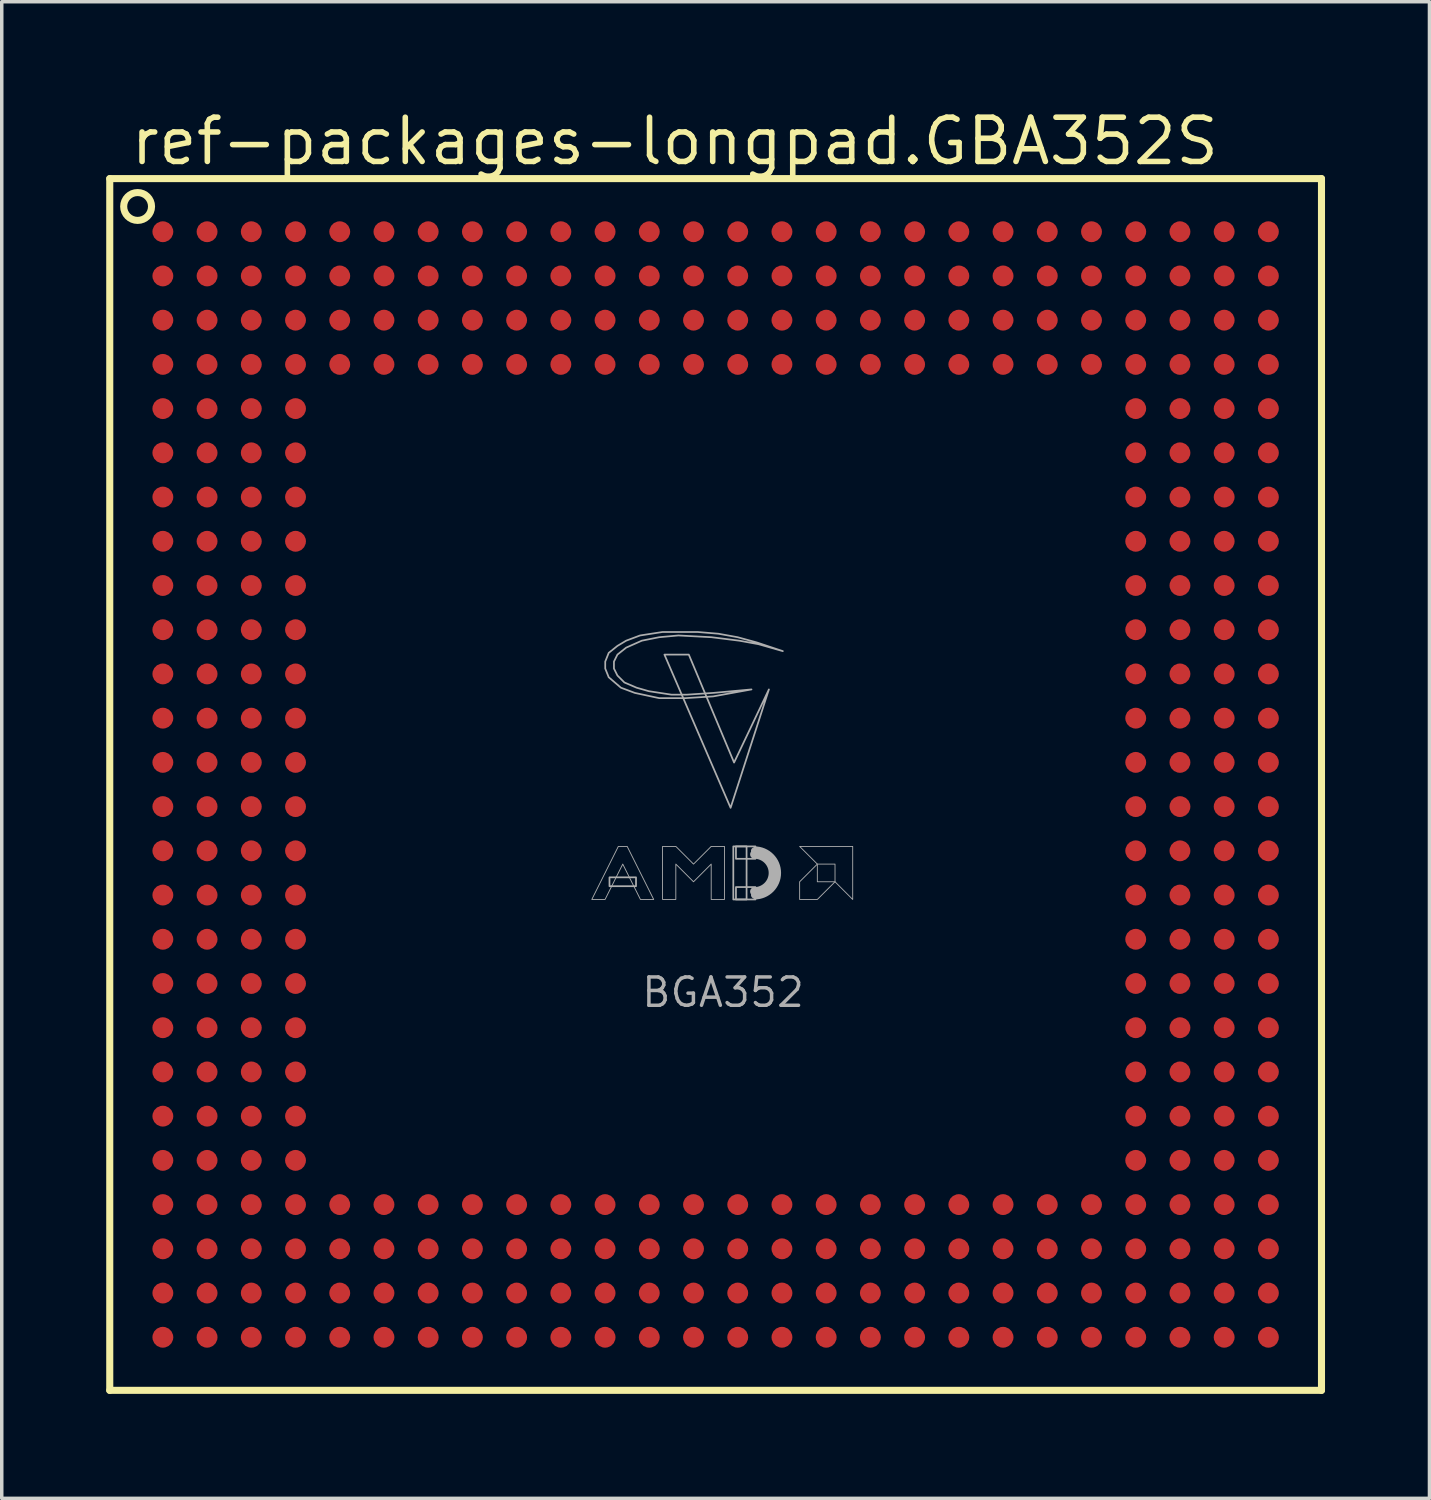
<source format=kicad_pcb>
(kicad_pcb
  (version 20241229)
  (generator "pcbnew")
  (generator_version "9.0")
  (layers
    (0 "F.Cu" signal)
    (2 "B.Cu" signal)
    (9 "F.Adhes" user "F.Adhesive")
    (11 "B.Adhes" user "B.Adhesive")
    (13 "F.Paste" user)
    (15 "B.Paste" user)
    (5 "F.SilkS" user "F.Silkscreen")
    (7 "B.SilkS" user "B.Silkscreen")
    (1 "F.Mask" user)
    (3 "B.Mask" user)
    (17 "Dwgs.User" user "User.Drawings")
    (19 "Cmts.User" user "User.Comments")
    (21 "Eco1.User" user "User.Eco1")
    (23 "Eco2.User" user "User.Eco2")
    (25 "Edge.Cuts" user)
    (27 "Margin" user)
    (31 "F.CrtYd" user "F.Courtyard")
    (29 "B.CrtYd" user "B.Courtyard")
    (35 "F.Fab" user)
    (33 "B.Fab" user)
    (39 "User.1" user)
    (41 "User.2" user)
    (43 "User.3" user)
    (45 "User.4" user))
  (footprint "ref-packages-longpad.GBA352S"
    (layer "F.Cu")
    (at 17.502 19.48)
    (property "Reference" "ref-packages-longpad.GBA352S" (at -16.88 -17.73 0) (layer "F.SilkS") (effects (font (size 1.27 1.27) (thickness 0.16)) (justify left bottom)))
    (attr smd)
    (fp_line (start -17.4 -17.4) (end -17.4 17.4) (stroke (width 0.203) (type default)) (layer "F.SilkS"))
    (fp_line (start -17.4 17.4) (end 17.4 17.4) (stroke (width 0.203) (type default)) (layer "F.SilkS"))
    (fp_line (start 17.4 -17.4) (end -17.4 -17.4) (stroke (width 0.203) (type default)) (layer "F.SilkS"))
    (fp_line (start 17.4 17.4) (end 17.4 -17.4) (stroke (width 0.203) (type default)) (layer "F.SilkS"))
    (fp_circle (center -16.6 -16.6) (end -16.2 -16.6) (stroke (width 0.203) (type default)) (fill no) (layer "F.SilkS"))
    (fp_rect (start -3.048 2.921) (end -2.286 2.667) (stroke (width 0.05) (type default)) (fill no) (layer "F.Fab"))
    (fp_rect (start 0.508 3.302) (end 0.889 1.778) (stroke (width 0.05) (type default)) (fill no) (layer "F.Fab"))
    (fp_rect (start 0.584 2.134) (end 1.143 1.778) (stroke (width 0.05) (type default)) (fill no) (layer "F.Fab"))
    (fp_rect (start 0.584 3.302) (end 1.143 2.946) (stroke (width 0.05) (type default)) (fill no) (layer "F.Fab"))
    (fp_arc (start 1.1176 1.8034) (mid 1.8542 2.54) (end 1.1176 3.2766) (stroke (width 0.0508) (type default)) (layer "F.Fab"))
    (fp_arc (start 1.1176 1.905) (mid 1.7526 2.54) (end 1.1176 3.175) (stroke (width 0.2032) (type default)) (layer "F.Fab"))
    (fp_arc (start 1.1176 2.0066) (mid 1.651 2.54) (end 1.1176 3.0734) (stroke (width 0.254) (type default)) (layer "F.Fab"))
    (fp_poly (pts (xy -1.47 -3.73) (xy -0.77 -3.73) (xy 0.53 -0.63) (xy 1.53 -2.73) (xy 0.43 0.67)) (stroke (width 0.05) (type default)) (fill no) (layer "F.Fab"))
    (fp_poly (pts (xy 2.413 1.778) (xy 3.937 1.778) (xy 3.937 3.302) (xy 3.429 2.794) (xy 3.429 2.286) (xy 2.921 2.286)) (stroke (width 0.025) (type default)) (fill no) (layer "F.Fab"))
    (fp_poly (pts (xy 2.921 2.286) (xy 2.413 2.794) (xy 2.413 3.302) (xy 2.921 3.302) (xy 3.429 2.794) (xy 2.921 2.794)) (stroke (width 0.025) (type default)) (fill no) (layer "F.Fab"))
    (fp_poly (pts (xy -3.556 3.302) (xy -2.794 1.778) (xy -2.54 1.778) (xy -1.778 3.302) (xy -2.159 3.302) (xy -2.667 2.286) (xy -3.175 3.302)) (stroke (width 0.025) (type default)) (fill no) (layer "F.Fab"))
    (fp_poly (pts (xy -1.524 3.302) (xy -1.524 1.778) (xy -1.143 1.778) (xy -0.635 2.286) (xy -0.127 1.778) (xy 0.254 1.778) (xy 0.254 3.302) (xy -0.127 3.302) (xy -0.127 2.286) (xy -0.635 2.794) (xy -1.143 2.286) (xy -1.143 3.302)) (stroke (width 0.025) (type default)) (fill no) (layer "F.Fab"))
    (fp_poly (pts (xy 1.93 -3.83) (xy 1.18 -4.08) (xy 0.63 -4.23) (xy 0.08 -4.33) (xy -0.52 -4.38) (xy -1.52 -4.38) (xy -2.17 -4.28) (xy -2.57 -4.13) (xy -2.82 -3.98) (xy -3.07 -3.78) (xy -3.17 -3.53) (xy -3.17 -3.33) (xy -3.07 -3.08) (xy -2.72 -2.78) (xy -2.32 -2.63) (xy -1.62 -2.48) (xy -0.87 -2.48) (xy -0.07 -2.53) (xy 1.03 -2.73) (xy -0.07 -2.63) (xy -0.82 -2.58) (xy -1.27 -2.58) (xy -1.92 -2.68) (xy -2.27 -2.78) (xy -2.62 -2.93) (xy -2.82 -3.13) (xy -2.92 -3.33) (xy -2.92 -3.53) (xy -2.82 -3.73) (xy -2.57 -3.93) (xy -2.12 -4.13) (xy -1.62 -4.23) (xy -1.07 -4.28) (xy -0.12 -4.23) (xy 0.68 -4.13) (xy 1.23 -4.03)) (stroke (width 0.05) (type default)) (fill no) (layer "F.Fab"))
    (fp_text user "BGA352" (at -2.175 6.445 0) (layer "F.Fab") (effects (font (size 0.813 0.813) (thickness 0.1)) (justify left bottom)))
    (pad "A1" smd roundrect (at -15.875 -15.875) (size 0.6 0.6) (layers "F.Cu" "F.Mask" "F.Paste") (roundrect_rratio 0.5))
    (pad "A2" smd roundrect (at -14.605 -15.875) (size 0.6 0.6) (layers "F.Cu" "F.Mask" "F.Paste") (roundrect_rratio 0.5))
    (pad "A3" smd roundrect (at -13.335 -15.875) (size 0.6 0.6) (layers "F.Cu" "F.Mask" "F.Paste") (roundrect_rratio 0.5))
    (pad "A4" smd roundrect (at -12.065 -15.875) (size 0.6 0.6) (layers "F.Cu" "F.Mask" "F.Paste") (roundrect_rratio 0.5))
    (pad "A5" smd roundrect (at -10.795 -15.875) (size 0.6 0.6) (layers "F.Cu" "F.Mask" "F.Paste") (roundrect_rratio 0.5))
    (pad "A6" smd roundrect (at -9.525 -15.875) (size 0.6 0.6) (layers "F.Cu" "F.Mask" "F.Paste") (roundrect_rratio 0.5))
    (pad "A7" smd roundrect (at -8.255 -15.875) (size 0.6 0.6) (layers "F.Cu" "F.Mask" "F.Paste") (roundrect_rratio 0.5))
    (pad "A8" smd roundrect (at -6.985 -15.875) (size 0.6 0.6) (layers "F.Cu" "F.Mask" "F.Paste") (roundrect_rratio 0.5))
    (pad "A9" smd roundrect (at -5.715 -15.875) (size 0.6 0.6) (layers "F.Cu" "F.Mask" "F.Paste") (roundrect_rratio 0.5))
    (pad "A10" smd roundrect (at -4.445 -15.875) (size 0.6 0.6) (layers "F.Cu" "F.Mask" "F.Paste") (roundrect_rratio 0.5))
    (pad "A11" smd roundrect (at -3.175 -15.875) (size 0.6 0.6) (layers "F.Cu" "F.Mask" "F.Paste") (roundrect_rratio 0.5))
    (pad "A12" smd roundrect (at -1.905 -15.875) (size 0.6 0.6) (layers "F.Cu" "F.Mask" "F.Paste") (roundrect_rratio 0.5))
    (pad "A13" smd roundrect (at -0.635 -15.875) (size 0.6 0.6) (layers "F.Cu" "F.Mask" "F.Paste") (roundrect_rratio 0.5))
    (pad "A14" smd roundrect (at 0.635 -15.875) (size 0.6 0.6) (layers "F.Cu" "F.Mask" "F.Paste") (roundrect_rratio 0.5))
    (pad "A15" smd roundrect (at 1.905 -15.875) (size 0.6 0.6) (layers "F.Cu" "F.Mask" "F.Paste") (roundrect_rratio 0.5))
    (pad "A16" smd roundrect (at 3.175 -15.875) (size 0.6 0.6) (layers "F.Cu" "F.Mask" "F.Paste") (roundrect_rratio 0.5))
    (pad "A17" smd roundrect (at 4.445 -15.875) (size 0.6 0.6) (layers "F.Cu" "F.Mask" "F.Paste") (roundrect_rratio 0.5))
    (pad "A18" smd roundrect (at 5.715 -15.875) (size 0.6 0.6) (layers "F.Cu" "F.Mask" "F.Paste") (roundrect_rratio 0.5))
    (pad "A19" smd roundrect (at 6.985 -15.875) (size 0.6 0.6) (layers "F.Cu" "F.Mask" "F.Paste") (roundrect_rratio 0.5))
    (pad "A20" smd roundrect (at 8.255 -15.875) (size 0.6 0.6) (layers "F.Cu" "F.Mask" "F.Paste") (roundrect_rratio 0.5))
    (pad "A21" smd roundrect (at 9.525 -15.875) (size 0.6 0.6) (layers "F.Cu" "F.Mask" "F.Paste") (roundrect_rratio 0.5))
    (pad "A22" smd roundrect (at 10.795 -15.875) (size 0.6 0.6) (layers "F.Cu" "F.Mask" "F.Paste") (roundrect_rratio 0.5))
    (pad "A23" smd roundrect (at 12.065 -15.875) (size 0.6 0.6) (layers "F.Cu" "F.Mask" "F.Paste") (roundrect_rratio 0.5))
    (pad "A24" smd roundrect (at 13.335 -15.875) (size 0.6 0.6) (layers "F.Cu" "F.Mask" "F.Paste") (roundrect_rratio 0.5))
    (pad "A25" smd roundrect (at 14.605 -15.875) (size 0.6 0.6) (layers "F.Cu" "F.Mask" "F.Paste") (roundrect_rratio 0.5))
    (pad "A26" smd roundrect (at 15.875 -15.875) (size 0.6 0.6) (layers "F.Cu" "F.Mask" "F.Paste") (roundrect_rratio 0.5))
    (pad "AA1" smd roundrect (at -15.875 9.525) (size 0.6 0.6) (layers "F.Cu" "F.Mask" "F.Paste") (roundrect_rratio 0.5))
    (pad "AA2" smd roundrect (at -14.605 9.525) (size 0.6 0.6) (layers "F.Cu" "F.Mask" "F.Paste") (roundrect_rratio 0.5))
    (pad "AA3" smd roundrect (at -13.335 9.525) (size 0.6 0.6) (layers "F.Cu" "F.Mask" "F.Paste") (roundrect_rratio 0.5))
    (pad "AA4" smd roundrect (at -12.065 9.525) (size 0.6 0.6) (layers "F.Cu" "F.Mask" "F.Paste") (roundrect_rratio 0.5))
    (pad "AA23" smd roundrect (at 12.065 9.525) (size 0.6 0.6) (layers "F.Cu" "F.Mask" "F.Paste") (roundrect_rratio 0.5))
    (pad "AA24" smd roundrect (at 13.335 9.525) (size 0.6 0.6) (layers "F.Cu" "F.Mask" "F.Paste") (roundrect_rratio 0.5))
    (pad "AA25" smd roundrect (at 14.605 9.525) (size 0.6 0.6) (layers "F.Cu" "F.Mask" "F.Paste") (roundrect_rratio 0.5))
    (pad "AA26" smd roundrect (at 15.875 9.525) (size 0.6 0.6) (layers "F.Cu" "F.Mask" "F.Paste") (roundrect_rratio 0.5))
    (pad "AB1" smd roundrect (at -15.875 10.795) (size 0.6 0.6) (layers "F.Cu" "F.Mask" "F.Paste") (roundrect_rratio 0.5))
    (pad "AB2" smd roundrect (at -14.605 10.795) (size 0.6 0.6) (layers "F.Cu" "F.Mask" "F.Paste") (roundrect_rratio 0.5))
    (pad "AB3" smd roundrect (at -13.335 10.795) (size 0.6 0.6) (layers "F.Cu" "F.Mask" "F.Paste") (roundrect_rratio 0.5))
    (pad "AB4" smd roundrect (at -12.065 10.795) (size 0.6 0.6) (layers "F.Cu" "F.Mask" "F.Paste") (roundrect_rratio 0.5))
    (pad "AB23" smd roundrect (at 12.065 10.795) (size 0.6 0.6) (layers "F.Cu" "F.Mask" "F.Paste") (roundrect_rratio 0.5))
    (pad "AB24" smd roundrect (at 13.335 10.795) (size 0.6 0.6) (layers "F.Cu" "F.Mask" "F.Paste") (roundrect_rratio 0.5))
    (pad "AB25" smd roundrect (at 14.605 10.795) (size 0.6 0.6) (layers "F.Cu" "F.Mask" "F.Paste") (roundrect_rratio 0.5))
    (pad "AB26" smd roundrect (at 15.875 10.795) (size 0.6 0.6) (layers "F.Cu" "F.Mask" "F.Paste") (roundrect_rratio 0.5))
    (pad "AC1" smd roundrect (at -15.875 12.065) (size 0.6 0.6) (layers "F.Cu" "F.Mask" "F.Paste") (roundrect_rratio 0.5))
    (pad "AC2" smd roundrect (at -14.605 12.065) (size 0.6 0.6) (layers "F.Cu" "F.Mask" "F.Paste") (roundrect_rratio 0.5))
    (pad "AC3" smd roundrect (at -13.335 12.065) (size 0.6 0.6) (layers "F.Cu" "F.Mask" "F.Paste") (roundrect_rratio 0.5))
    (pad "AC4" smd roundrect (at -12.065 12.065) (size 0.6 0.6) (layers "F.Cu" "F.Mask" "F.Paste") (roundrect_rratio 0.5))
    (pad "AC5" smd roundrect (at -10.795 12.065) (size 0.6 0.6) (layers "F.Cu" "F.Mask" "F.Paste") (roundrect_rratio 0.5))
    (pad "AC6" smd roundrect (at -9.525 12.065) (size 0.6 0.6) (layers "F.Cu" "F.Mask" "F.Paste") (roundrect_rratio 0.5))
    (pad "AC7" smd roundrect (at -8.255 12.065) (size 0.6 0.6) (layers "F.Cu" "F.Mask" "F.Paste") (roundrect_rratio 0.5))
    (pad "AC8" smd roundrect (at -6.985 12.065) (size 0.6 0.6) (layers "F.Cu" "F.Mask" "F.Paste") (roundrect_rratio 0.5))
    (pad "AC9" smd roundrect (at -5.715 12.065) (size 0.6 0.6) (layers "F.Cu" "F.Mask" "F.Paste") (roundrect_rratio 0.5))
    (pad "AC10" smd roundrect (at -4.445 12.065) (size 0.6 0.6) (layers "F.Cu" "F.Mask" "F.Paste") (roundrect_rratio 0.5))
    (pad "AC11" smd roundrect (at -3.175 12.065) (size 0.6 0.6) (layers "F.Cu" "F.Mask" "F.Paste") (roundrect_rratio 0.5))
    (pad "AC12" smd roundrect (at -1.905 12.065) (size 0.6 0.6) (layers "F.Cu" "F.Mask" "F.Paste") (roundrect_rratio 0.5))
    (pad "AC13" smd roundrect (at -0.635 12.065) (size 0.6 0.6) (layers "F.Cu" "F.Mask" "F.Paste") (roundrect_rratio 0.5))
    (pad "AC14" smd roundrect (at 0.635 12.065) (size 0.6 0.6) (layers "F.Cu" "F.Mask" "F.Paste") (roundrect_rratio 0.5))
    (pad "AC15" smd roundrect (at 1.905 12.065) (size 0.6 0.6) (layers "F.Cu" "F.Mask" "F.Paste") (roundrect_rratio 0.5))
    (pad "AC16" smd roundrect (at 3.175 12.065) (size 0.6 0.6) (layers "F.Cu" "F.Mask" "F.Paste") (roundrect_rratio 0.5))
    (pad "AC17" smd roundrect (at 4.445 12.065) (size 0.6 0.6) (layers "F.Cu" "F.Mask" "F.Paste") (roundrect_rratio 0.5))
    (pad "AC18" smd roundrect (at 5.715 12.065) (size 0.6 0.6) (layers "F.Cu" "F.Mask" "F.Paste") (roundrect_rratio 0.5))
    (pad "AC19" smd roundrect (at 6.985 12.065) (size 0.6 0.6) (layers "F.Cu" "F.Mask" "F.Paste") (roundrect_rratio 0.5))
    (pad "AC20" smd roundrect (at 8.255 12.065) (size 0.6 0.6) (layers "F.Cu" "F.Mask" "F.Paste") (roundrect_rratio 0.5))
    (pad "AC21" smd roundrect (at 9.525 12.065) (size 0.6 0.6) (layers "F.Cu" "F.Mask" "F.Paste") (roundrect_rratio 0.5))
    (pad "AC22" smd roundrect (at 10.795 12.065) (size 0.6 0.6) (layers "F.Cu" "F.Mask" "F.Paste") (roundrect_rratio 0.5))
    (pad "AC23" smd roundrect (at 12.065 12.065) (size 0.6 0.6) (layers "F.Cu" "F.Mask" "F.Paste") (roundrect_rratio 0.5))
    (pad "AC24" smd roundrect (at 13.335 12.065) (size 0.6 0.6) (layers "F.Cu" "F.Mask" "F.Paste") (roundrect_rratio 0.5))
    (pad "AC25" smd roundrect (at 14.605 12.065) (size 0.6 0.6) (layers "F.Cu" "F.Mask" "F.Paste") (roundrect_rratio 0.5))
    (pad "AC26" smd roundrect (at 15.875 12.065) (size 0.6 0.6) (layers "F.Cu" "F.Mask" "F.Paste") (roundrect_rratio 0.5))
    (pad "AD1" smd roundrect (at -15.875 13.335) (size 0.6 0.6) (layers "F.Cu" "F.Mask" "F.Paste") (roundrect_rratio 0.5))
    (pad "AD2" smd roundrect (at -14.605 13.335) (size 0.6 0.6) (layers "F.Cu" "F.Mask" "F.Paste") (roundrect_rratio 0.5))
    (pad "AD3" smd roundrect (at -13.335 13.335) (size 0.6 0.6) (layers "F.Cu" "F.Mask" "F.Paste") (roundrect_rratio 0.5))
    (pad "AD4" smd roundrect (at -12.065 13.335) (size 0.6 0.6) (layers "F.Cu" "F.Mask" "F.Paste") (roundrect_rratio 0.5))
    (pad "AD5" smd roundrect (at -10.795 13.335) (size 0.6 0.6) (layers "F.Cu" "F.Mask" "F.Paste") (roundrect_rratio 0.5))
    (pad "AD6" smd roundrect (at -9.525 13.335) (size 0.6 0.6) (layers "F.Cu" "F.Mask" "F.Paste") (roundrect_rratio 0.5))
    (pad "AD7" smd roundrect (at -8.255 13.335) (size 0.6 0.6) (layers "F.Cu" "F.Mask" "F.Paste") (roundrect_rratio 0.5))
    (pad "AD8" smd roundrect (at -6.985 13.335) (size 0.6 0.6) (layers "F.Cu" "F.Mask" "F.Paste") (roundrect_rratio 0.5))
    (pad "AD9" smd roundrect (at -5.715 13.335) (size 0.6 0.6) (layers "F.Cu" "F.Mask" "F.Paste") (roundrect_rratio 0.5))
    (pad "AD10" smd roundrect (at -4.445 13.335) (size 0.6 0.6) (layers "F.Cu" "F.Mask" "F.Paste") (roundrect_rratio 0.5))
    (pad "AD11" smd roundrect (at -3.175 13.335) (size 0.6 0.6) (layers "F.Cu" "F.Mask" "F.Paste") (roundrect_rratio 0.5))
    (pad "AD12" smd roundrect (at -1.905 13.335) (size 0.6 0.6) (layers "F.Cu" "F.Mask" "F.Paste") (roundrect_rratio 0.5))
    (pad "AD13" smd roundrect (at -0.635 13.335) (size 0.6 0.6) (layers "F.Cu" "F.Mask" "F.Paste") (roundrect_rratio 0.5))
    (pad "AD14" smd roundrect (at 0.635 13.335) (size 0.6 0.6) (layers "F.Cu" "F.Mask" "F.Paste") (roundrect_rratio 0.5))
    (pad "AD15" smd roundrect (at 1.905 13.335) (size 0.6 0.6) (layers "F.Cu" "F.Mask" "F.Paste") (roundrect_rratio 0.5))
    (pad "AD16" smd roundrect (at 3.175 13.335) (size 0.6 0.6) (layers "F.Cu" "F.Mask" "F.Paste") (roundrect_rratio 0.5))
    (pad "AD17" smd roundrect (at 4.445 13.335) (size 0.6 0.6) (layers "F.Cu" "F.Mask" "F.Paste") (roundrect_rratio 0.5))
    (pad "AD18" smd roundrect (at 5.715 13.335) (size 0.6 0.6) (layers "F.Cu" "F.Mask" "F.Paste") (roundrect_rratio 0.5))
    (pad "AD19" smd roundrect (at 6.985 13.335) (size 0.6 0.6) (layers "F.Cu" "F.Mask" "F.Paste") (roundrect_rratio 0.5))
    (pad "AD20" smd roundrect (at 8.255 13.335) (size 0.6 0.6) (layers "F.Cu" "F.Mask" "F.Paste") (roundrect_rratio 0.5))
    (pad "AD21" smd roundrect (at 9.525 13.335) (size 0.6 0.6) (layers "F.Cu" "F.Mask" "F.Paste") (roundrect_rratio 0.5))
    (pad "AD22" smd roundrect (at 10.795 13.335) (size 0.6 0.6) (layers "F.Cu" "F.Mask" "F.Paste") (roundrect_rratio 0.5))
    (pad "AD23" smd roundrect (at 12.065 13.335) (size 0.6 0.6) (layers "F.Cu" "F.Mask" "F.Paste") (roundrect_rratio 0.5))
    (pad "AD24" smd roundrect (at 13.335 13.335) (size 0.6 0.6) (layers "F.Cu" "F.Mask" "F.Paste") (roundrect_rratio 0.5))
    (pad "AD25" smd roundrect (at 14.605 13.335) (size 0.6 0.6) (layers "F.Cu" "F.Mask" "F.Paste") (roundrect_rratio 0.5))
    (pad "AD26" smd roundrect (at 15.875 13.335) (size 0.6 0.6) (layers "F.Cu" "F.Mask" "F.Paste") (roundrect_rratio 0.5))
    (pad "AE1" smd roundrect (at -15.875 14.605) (size 0.6 0.6) (layers "F.Cu" "F.Mask" "F.Paste") (roundrect_rratio 0.5))
    (pad "AE2" smd roundrect (at -14.605 14.605) (size 0.6 0.6) (layers "F.Cu" "F.Mask" "F.Paste") (roundrect_rratio 0.5))
    (pad "AE3" smd roundrect (at -13.335 14.605) (size 0.6 0.6) (layers "F.Cu" "F.Mask" "F.Paste") (roundrect_rratio 0.5))
    (pad "AE4" smd roundrect (at -12.065 14.605) (size 0.6 0.6) (layers "F.Cu" "F.Mask" "F.Paste") (roundrect_rratio 0.5))
    (pad "AE5" smd roundrect (at -10.795 14.605) (size 0.6 0.6) (layers "F.Cu" "F.Mask" "F.Paste") (roundrect_rratio 0.5))
    (pad "AE6" smd roundrect (at -9.525 14.605) (size 0.6 0.6) (layers "F.Cu" "F.Mask" "F.Paste") (roundrect_rratio 0.5))
    (pad "AE7" smd roundrect (at -8.255 14.605) (size 0.6 0.6) (layers "F.Cu" "F.Mask" "F.Paste") (roundrect_rratio 0.5))
    (pad "AE8" smd roundrect (at -6.985 14.605) (size 0.6 0.6) (layers "F.Cu" "F.Mask" "F.Paste") (roundrect_rratio 0.5))
    (pad "AE9" smd roundrect (at -5.715 14.605) (size 0.6 0.6) (layers "F.Cu" "F.Mask" "F.Paste") (roundrect_rratio 0.5))
    (pad "AE10" smd roundrect (at -4.445 14.605) (size 0.6 0.6) (layers "F.Cu" "F.Mask" "F.Paste") (roundrect_rratio 0.5))
    (pad "AE11" smd roundrect (at -3.175 14.605) (size 0.6 0.6) (layers "F.Cu" "F.Mask" "F.Paste") (roundrect_rratio 0.5))
    (pad "AE12" smd roundrect (at -1.905 14.605) (size 0.6 0.6) (layers "F.Cu" "F.Mask" "F.Paste") (roundrect_rratio 0.5))
    (pad "AE13" smd roundrect (at -0.635 14.605) (size 0.6 0.6) (layers "F.Cu" "F.Mask" "F.Paste") (roundrect_rratio 0.5))
    (pad "AE14" smd roundrect (at 0.635 14.605) (size 0.6 0.6) (layers "F.Cu" "F.Mask" "F.Paste") (roundrect_rratio 0.5))
    (pad "AE15" smd roundrect (at 1.905 14.605) (size 0.6 0.6) (layers "F.Cu" "F.Mask" "F.Paste") (roundrect_rratio 0.5))
    (pad "AE16" smd roundrect (at 3.175 14.605) (size 0.6 0.6) (layers "F.Cu" "F.Mask" "F.Paste") (roundrect_rratio 0.5))
    (pad "AE17" smd roundrect (at 4.445 14.605) (size 0.6 0.6) (layers "F.Cu" "F.Mask" "F.Paste") (roundrect_rratio 0.5))
    (pad "AE18" smd roundrect (at 5.715 14.605) (size 0.6 0.6) (layers "F.Cu" "F.Mask" "F.Paste") (roundrect_rratio 0.5))
    (pad "AE19" smd roundrect (at 6.985 14.605) (size 0.6 0.6) (layers "F.Cu" "F.Mask" "F.Paste") (roundrect_rratio 0.5))
    (pad "AE20" smd roundrect (at 8.255 14.605) (size 0.6 0.6) (layers "F.Cu" "F.Mask" "F.Paste") (roundrect_rratio 0.5))
    (pad "AE21" smd roundrect (at 9.525 14.605) (size 0.6 0.6) (layers "F.Cu" "F.Mask" "F.Paste") (roundrect_rratio 0.5))
    (pad "AE22" smd roundrect (at 10.795 14.605) (size 0.6 0.6) (layers "F.Cu" "F.Mask" "F.Paste") (roundrect_rratio 0.5))
    (pad "AE23" smd roundrect (at 12.065 14.605) (size 0.6 0.6) (layers "F.Cu" "F.Mask" "F.Paste") (roundrect_rratio 0.5))
    (pad "AE24" smd roundrect (at 13.335 14.605) (size 0.6 0.6) (layers "F.Cu" "F.Mask" "F.Paste") (roundrect_rratio 0.5))
    (pad "AE25" smd roundrect (at 14.605 14.605) (size 0.6 0.6) (layers "F.Cu" "F.Mask" "F.Paste") (roundrect_rratio 0.5))
    (pad "AE26" smd roundrect (at 15.875 14.605) (size 0.6 0.6) (layers "F.Cu" "F.Mask" "F.Paste") (roundrect_rratio 0.5))
    (pad "AF1" smd roundrect (at -15.875 15.875) (size 0.6 0.6) (layers "F.Cu" "F.Mask" "F.Paste") (roundrect_rratio 0.5))
    (pad "AF2" smd roundrect (at -14.605 15.875) (size 0.6 0.6) (layers "F.Cu" "F.Mask" "F.Paste") (roundrect_rratio 0.5))
    (pad "AF3" smd roundrect (at -13.335 15.875) (size 0.6 0.6) (layers "F.Cu" "F.Mask" "F.Paste") (roundrect_rratio 0.5))
    (pad "AF4" smd roundrect (at -12.065 15.875) (size 0.6 0.6) (layers "F.Cu" "F.Mask" "F.Paste") (roundrect_rratio 0.5))
    (pad "AF5" smd roundrect (at -10.795 15.875) (size 0.6 0.6) (layers "F.Cu" "F.Mask" "F.Paste") (roundrect_rratio 0.5))
    (pad "AF6" smd roundrect (at -9.525 15.875) (size 0.6 0.6) (layers "F.Cu" "F.Mask" "F.Paste") (roundrect_rratio 0.5))
    (pad "AF7" smd roundrect (at -8.255 15.875) (size 0.6 0.6) (layers "F.Cu" "F.Mask" "F.Paste") (roundrect_rratio 0.5))
    (pad "AF8" smd roundrect (at -6.985 15.875) (size 0.6 0.6) (layers "F.Cu" "F.Mask" "F.Paste") (roundrect_rratio 0.5))
    (pad "AF9" smd roundrect (at -5.715 15.875) (size 0.6 0.6) (layers "F.Cu" "F.Mask" "F.Paste") (roundrect_rratio 0.5))
    (pad "AF10" smd roundrect (at -4.445 15.875) (size 0.6 0.6) (layers "F.Cu" "F.Mask" "F.Paste") (roundrect_rratio 0.5))
    (pad "AF11" smd roundrect (at -3.175 15.875) (size 0.6 0.6) (layers "F.Cu" "F.Mask" "F.Paste") (roundrect_rratio 0.5))
    (pad "AF12" smd roundrect (at -1.905 15.875) (size 0.6 0.6) (layers "F.Cu" "F.Mask" "F.Paste") (roundrect_rratio 0.5))
    (pad "AF13" smd roundrect (at -0.635 15.875) (size 0.6 0.6) (layers "F.Cu" "F.Mask" "F.Paste") (roundrect_rratio 0.5))
    (pad "AF14" smd roundrect (at 0.635 15.875) (size 0.6 0.6) (layers "F.Cu" "F.Mask" "F.Paste") (roundrect_rratio 0.5))
    (pad "AF15" smd roundrect (at 1.905 15.875) (size 0.6 0.6) (layers "F.Cu" "F.Mask" "F.Paste") (roundrect_rratio 0.5))
    (pad "AF16" smd roundrect (at 3.175 15.875) (size 0.6 0.6) (layers "F.Cu" "F.Mask" "F.Paste") (roundrect_rratio 0.5))
    (pad "AF17" smd roundrect (at 4.445 15.875) (size 0.6 0.6) (layers "F.Cu" "F.Mask" "F.Paste") (roundrect_rratio 0.5))
    (pad "AF18" smd roundrect (at 5.715 15.875) (size 0.6 0.6) (layers "F.Cu" "F.Mask" "F.Paste") (roundrect_rratio 0.5))
    (pad "AF19" smd roundrect (at 6.985 15.875) (size 0.6 0.6) (layers "F.Cu" "F.Mask" "F.Paste") (roundrect_rratio 0.5))
    (pad "AF20" smd roundrect (at 8.255 15.875) (size 0.6 0.6) (layers "F.Cu" "F.Mask" "F.Paste") (roundrect_rratio 0.5))
    (pad "AF21" smd roundrect (at 9.525 15.875) (size 0.6 0.6) (layers "F.Cu" "F.Mask" "F.Paste") (roundrect_rratio 0.5))
    (pad "AF22" smd roundrect (at 10.795 15.875) (size 0.6 0.6) (layers "F.Cu" "F.Mask" "F.Paste") (roundrect_rratio 0.5))
    (pad "AF23" smd roundrect (at 12.065 15.875) (size 0.6 0.6) (layers "F.Cu" "F.Mask" "F.Paste") (roundrect_rratio 0.5))
    (pad "AF24" smd roundrect (at 13.335 15.875) (size 0.6 0.6) (layers "F.Cu" "F.Mask" "F.Paste") (roundrect_rratio 0.5))
    (pad "AF25" smd roundrect (at 14.605 15.875) (size 0.6 0.6) (layers "F.Cu" "F.Mask" "F.Paste") (roundrect_rratio 0.5))
    (pad "AF26" smd roundrect (at 15.875 15.875) (size 0.6 0.6) (layers "F.Cu" "F.Mask" "F.Paste") (roundrect_rratio 0.5))
    (pad "B1" smd roundrect (at -15.875 -14.605) (size 0.6 0.6) (layers "F.Cu" "F.Mask" "F.Paste") (roundrect_rratio 0.5))
    (pad "B2" smd roundrect (at -14.605 -14.605) (size 0.6 0.6) (layers "F.Cu" "F.Mask" "F.Paste") (roundrect_rratio 0.5))
    (pad "B3" smd roundrect (at -13.335 -14.605) (size 0.6 0.6) (layers "F.Cu" "F.Mask" "F.Paste") (roundrect_rratio 0.5))
    (pad "B4" smd roundrect (at -12.065 -14.605) (size 0.6 0.6) (layers "F.Cu" "F.Mask" "F.Paste") (roundrect_rratio 0.5))
    (pad "B5" smd roundrect (at -10.795 -14.605) (size 0.6 0.6) (layers "F.Cu" "F.Mask" "F.Paste") (roundrect_rratio 0.5))
    (pad "B6" smd roundrect (at -9.525 -14.605) (size 0.6 0.6) (layers "F.Cu" "F.Mask" "F.Paste") (roundrect_rratio 0.5))
    (pad "B7" smd roundrect (at -8.255 -14.605) (size 0.6 0.6) (layers "F.Cu" "F.Mask" "F.Paste") (roundrect_rratio 0.5))
    (pad "B8" smd roundrect (at -6.985 -14.605) (size 0.6 0.6) (layers "F.Cu" "F.Mask" "F.Paste") (roundrect_rratio 0.5))
    (pad "B9" smd roundrect (at -5.715 -14.605) (size 0.6 0.6) (layers "F.Cu" "F.Mask" "F.Paste") (roundrect_rratio 0.5))
    (pad "B10" smd roundrect (at -4.445 -14.605) (size 0.6 0.6) (layers "F.Cu" "F.Mask" "F.Paste") (roundrect_rratio 0.5))
    (pad "B11" smd roundrect (at -3.175 -14.605) (size 0.6 0.6) (layers "F.Cu" "F.Mask" "F.Paste") (roundrect_rratio 0.5))
    (pad "B12" smd roundrect (at -1.905 -14.605) (size 0.6 0.6) (layers "F.Cu" "F.Mask" "F.Paste") (roundrect_rratio 0.5))
    (pad "B13" smd roundrect (at -0.635 -14.605) (size 0.6 0.6) (layers "F.Cu" "F.Mask" "F.Paste") (roundrect_rratio 0.5))
    (pad "B14" smd roundrect (at 0.635 -14.605) (size 0.6 0.6) (layers "F.Cu" "F.Mask" "F.Paste") (roundrect_rratio 0.5))
    (pad "B15" smd roundrect (at 1.905 -14.605) (size 0.6 0.6) (layers "F.Cu" "F.Mask" "F.Paste") (roundrect_rratio 0.5))
    (pad "B16" smd roundrect (at 3.175 -14.605) (size 0.6 0.6) (layers "F.Cu" "F.Mask" "F.Paste") (roundrect_rratio 0.5))
    (pad "B17" smd roundrect (at 4.445 -14.605) (size 0.6 0.6) (layers "F.Cu" "F.Mask" "F.Paste") (roundrect_rratio 0.5))
    (pad "B18" smd roundrect (at 5.715 -14.605) (size 0.6 0.6) (layers "F.Cu" "F.Mask" "F.Paste") (roundrect_rratio 0.5))
    (pad "B19" smd roundrect (at 6.985 -14.605) (size 0.6 0.6) (layers "F.Cu" "F.Mask" "F.Paste") (roundrect_rratio 0.5))
    (pad "B20" smd roundrect (at 8.255 -14.605) (size 0.6 0.6) (layers "F.Cu" "F.Mask" "F.Paste") (roundrect_rratio 0.5))
    (pad "B21" smd roundrect (at 9.525 -14.605) (size 0.6 0.6) (layers "F.Cu" "F.Mask" "F.Paste") (roundrect_rratio 0.5))
    (pad "B22" smd roundrect (at 10.795 -14.605) (size 0.6 0.6) (layers "F.Cu" "F.Mask" "F.Paste") (roundrect_rratio 0.5))
    (pad "B23" smd roundrect (at 12.065 -14.605) (size 0.6 0.6) (layers "F.Cu" "F.Mask" "F.Paste") (roundrect_rratio 0.5))
    (pad "B24" smd roundrect (at 13.335 -14.605) (size 0.6 0.6) (layers "F.Cu" "F.Mask" "F.Paste") (roundrect_rratio 0.5))
    (pad "B25" smd roundrect (at 14.605 -14.605) (size 0.6 0.6) (layers "F.Cu" "F.Mask" "F.Paste") (roundrect_rratio 0.5))
    (pad "B26" smd roundrect (at 15.875 -14.605) (size 0.6 0.6) (layers "F.Cu" "F.Mask" "F.Paste") (roundrect_rratio 0.5))
    (pad "C1" smd roundrect (at -15.875 -13.335) (size 0.6 0.6) (layers "F.Cu" "F.Mask" "F.Paste") (roundrect_rratio 0.5))
    (pad "C2" smd roundrect (at -14.605 -13.335) (size 0.6 0.6) (layers "F.Cu" "F.Mask" "F.Paste") (roundrect_rratio 0.5))
    (pad "C3" smd roundrect (at -13.335 -13.335) (size 0.6 0.6) (layers "F.Cu" "F.Mask" "F.Paste") (roundrect_rratio 0.5))
    (pad "C4" smd roundrect (at -12.065 -13.335) (size 0.6 0.6) (layers "F.Cu" "F.Mask" "F.Paste") (roundrect_rratio 0.5))
    (pad "C5" smd roundrect (at -10.795 -13.335) (size 0.6 0.6) (layers "F.Cu" "F.Mask" "F.Paste") (roundrect_rratio 0.5))
    (pad "C6" smd roundrect (at -9.525 -13.335) (size 0.6 0.6) (layers "F.Cu" "F.Mask" "F.Paste") (roundrect_rratio 0.5))
    (pad "C7" smd roundrect (at -8.255 -13.335) (size 0.6 0.6) (layers "F.Cu" "F.Mask" "F.Paste") (roundrect_rratio 0.5))
    (pad "C8" smd roundrect (at -6.985 -13.335) (size 0.6 0.6) (layers "F.Cu" "F.Mask" "F.Paste") (roundrect_rratio 0.5))
    (pad "C9" smd roundrect (at -5.715 -13.335) (size 0.6 0.6) (layers "F.Cu" "F.Mask" "F.Paste") (roundrect_rratio 0.5))
    (pad "C10" smd roundrect (at -4.445 -13.335) (size 0.6 0.6) (layers "F.Cu" "F.Mask" "F.Paste") (roundrect_rratio 0.5))
    (pad "C11" smd roundrect (at -3.175 -13.335) (size 0.6 0.6) (layers "F.Cu" "F.Mask" "F.Paste") (roundrect_rratio 0.5))
    (pad "C12" smd roundrect (at -1.905 -13.335) (size 0.6 0.6) (layers "F.Cu" "F.Mask" "F.Paste") (roundrect_rratio 0.5))
    (pad "C13" smd roundrect (at -0.635 -13.335) (size 0.6 0.6) (layers "F.Cu" "F.Mask" "F.Paste") (roundrect_rratio 0.5))
    (pad "C14" smd roundrect (at 0.635 -13.335) (size 0.6 0.6) (layers "F.Cu" "F.Mask" "F.Paste") (roundrect_rratio 0.5))
    (pad "C15" smd roundrect (at 1.905 -13.335) (size 0.6 0.6) (layers "F.Cu" "F.Mask" "F.Paste") (roundrect_rratio 0.5))
    (pad "C16" smd roundrect (at 3.175 -13.335) (size 0.6 0.6) (layers "F.Cu" "F.Mask" "F.Paste") (roundrect_rratio 0.5))
    (pad "C17" smd roundrect (at 4.445 -13.335) (size 0.6 0.6) (layers "F.Cu" "F.Mask" "F.Paste") (roundrect_rratio 0.5))
    (pad "C18" smd roundrect (at 5.715 -13.335) (size 0.6 0.6) (layers "F.Cu" "F.Mask" "F.Paste") (roundrect_rratio 0.5))
    (pad "C19" smd roundrect (at 6.985 -13.335) (size 0.6 0.6) (layers "F.Cu" "F.Mask" "F.Paste") (roundrect_rratio 0.5))
    (pad "C20" smd roundrect (at 8.255 -13.335) (size 0.6 0.6) (layers "F.Cu" "F.Mask" "F.Paste") (roundrect_rratio 0.5))
    (pad "C21" smd roundrect (at 9.525 -13.335) (size 0.6 0.6) (layers "F.Cu" "F.Mask" "F.Paste") (roundrect_rratio 0.5))
    (pad "C22" smd roundrect (at 10.795 -13.335) (size 0.6 0.6) (layers "F.Cu" "F.Mask" "F.Paste") (roundrect_rratio 0.5))
    (pad "C23" smd roundrect (at 12.065 -13.335) (size 0.6 0.6) (layers "F.Cu" "F.Mask" "F.Paste") (roundrect_rratio 0.5))
    (pad "C24" smd roundrect (at 13.335 -13.335) (size 0.6 0.6) (layers "F.Cu" "F.Mask" "F.Paste") (roundrect_rratio 0.5))
    (pad "C25" smd roundrect (at 14.605 -13.335) (size 0.6 0.6) (layers "F.Cu" "F.Mask" "F.Paste") (roundrect_rratio 0.5))
    (pad "C26" smd roundrect (at 15.875 -13.335) (size 0.6 0.6) (layers "F.Cu" "F.Mask" "F.Paste") (roundrect_rratio 0.5))
    (pad "D1" smd roundrect (at -15.875 -12.065) (size 0.6 0.6) (layers "F.Cu" "F.Mask" "F.Paste") (roundrect_rratio 0.5))
    (pad "D2" smd roundrect (at -14.605 -12.065) (size 0.6 0.6) (layers "F.Cu" "F.Mask" "F.Paste") (roundrect_rratio 0.5))
    (pad "D3" smd roundrect (at -13.335 -12.065) (size 0.6 0.6) (layers "F.Cu" "F.Mask" "F.Paste") (roundrect_rratio 0.5))
    (pad "D4" smd roundrect (at -12.065 -12.065) (size 0.6 0.6) (layers "F.Cu" "F.Mask" "F.Paste") (roundrect_rratio 0.5))
    (pad "D5" smd roundrect (at -10.795 -12.065) (size 0.6 0.6) (layers "F.Cu" "F.Mask" "F.Paste") (roundrect_rratio 0.5))
    (pad "D6" smd roundrect (at -9.525 -12.065) (size 0.6 0.6) (layers "F.Cu" "F.Mask" "F.Paste") (roundrect_rratio 0.5))
    (pad "D7" smd roundrect (at -8.255 -12.065) (size 0.6 0.6) (layers "F.Cu" "F.Mask" "F.Paste") (roundrect_rratio 0.5))
    (pad "D8" smd roundrect (at -6.985 -12.065) (size 0.6 0.6) (layers "F.Cu" "F.Mask" "F.Paste") (roundrect_rratio 0.5))
    (pad "D9" smd roundrect (at -5.715 -12.065) (size 0.6 0.6) (layers "F.Cu" "F.Mask" "F.Paste") (roundrect_rratio 0.5))
    (pad "D10" smd roundrect (at -4.445 -12.065) (size 0.6 0.6) (layers "F.Cu" "F.Mask" "F.Paste") (roundrect_rratio 0.5))
    (pad "D11" smd roundrect (at -3.175 -12.065) (size 0.6 0.6) (layers "F.Cu" "F.Mask" "F.Paste") (roundrect_rratio 0.5))
    (pad "D12" smd roundrect (at -1.905 -12.065) (size 0.6 0.6) (layers "F.Cu" "F.Mask" "F.Paste") (roundrect_rratio 0.5))
    (pad "D13" smd roundrect (at -0.635 -12.065) (size 0.6 0.6) (layers "F.Cu" "F.Mask" "F.Paste") (roundrect_rratio 0.5))
    (pad "D14" smd roundrect (at 0.635 -12.065) (size 0.6 0.6) (layers "F.Cu" "F.Mask" "F.Paste") (roundrect_rratio 0.5))
    (pad "D15" smd roundrect (at 1.905 -12.065) (size 0.6 0.6) (layers "F.Cu" "F.Mask" "F.Paste") (roundrect_rratio 0.5))
    (pad "D16" smd roundrect (at 3.175 -12.065) (size 0.6 0.6) (layers "F.Cu" "F.Mask" "F.Paste") (roundrect_rratio 0.5))
    (pad "D17" smd roundrect (at 4.445 -12.065) (size 0.6 0.6) (layers "F.Cu" "F.Mask" "F.Paste") (roundrect_rratio 0.5))
    (pad "D18" smd roundrect (at 5.715 -12.065) (size 0.6 0.6) (layers "F.Cu" "F.Mask" "F.Paste") (roundrect_rratio 0.5))
    (pad "D19" smd roundrect (at 6.985 -12.065) (size 0.6 0.6) (layers "F.Cu" "F.Mask" "F.Paste") (roundrect_rratio 0.5))
    (pad "D20" smd roundrect (at 8.255 -12.065) (size 0.6 0.6) (layers "F.Cu" "F.Mask" "F.Paste") (roundrect_rratio 0.5))
    (pad "D21" smd roundrect (at 9.525 -12.065) (size 0.6 0.6) (layers "F.Cu" "F.Mask" "F.Paste") (roundrect_rratio 0.5))
    (pad "D22" smd roundrect (at 10.795 -12.065) (size 0.6 0.6) (layers "F.Cu" "F.Mask" "F.Paste") (roundrect_rratio 0.5))
    (pad "D23" smd roundrect (at 12.065 -12.065) (size 0.6 0.6) (layers "F.Cu" "F.Mask" "F.Paste") (roundrect_rratio 0.5))
    (pad "D24" smd roundrect (at 13.335 -12.065) (size 0.6 0.6) (layers "F.Cu" "F.Mask" "F.Paste") (roundrect_rratio 0.5))
    (pad "D25" smd roundrect (at 14.605 -12.065) (size 0.6 0.6) (layers "F.Cu" "F.Mask" "F.Paste") (roundrect_rratio 0.5))
    (pad "D26" smd roundrect (at 15.875 -12.065) (size 0.6 0.6) (layers "F.Cu" "F.Mask" "F.Paste") (roundrect_rratio 0.5))
    (pad "E1" smd roundrect (at -15.875 -10.795) (size 0.6 0.6) (layers "F.Cu" "F.Mask" "F.Paste") (roundrect_rratio 0.5))
    (pad "E2" smd roundrect (at -14.605 -10.795) (size 0.6 0.6) (layers "F.Cu" "F.Mask" "F.Paste") (roundrect_rratio 0.5))
    (pad "E3" smd roundrect (at -13.335 -10.795) (size 0.6 0.6) (layers "F.Cu" "F.Mask" "F.Paste") (roundrect_rratio 0.5))
    (pad "E4" smd roundrect (at -12.065 -10.795) (size 0.6 0.6) (layers "F.Cu" "F.Mask" "F.Paste") (roundrect_rratio 0.5))
    (pad "E23" smd roundrect (at 12.065 -10.795) (size 0.6 0.6) (layers "F.Cu" "F.Mask" "F.Paste") (roundrect_rratio 0.5))
    (pad "E24" smd roundrect (at 13.335 -10.795) (size 0.6 0.6) (layers "F.Cu" "F.Mask" "F.Paste") (roundrect_rratio 0.5))
    (pad "E25" smd roundrect (at 14.605 -10.795) (size 0.6 0.6) (layers "F.Cu" "F.Mask" "F.Paste") (roundrect_rratio 0.5))
    (pad "E26" smd roundrect (at 15.875 -10.795) (size 0.6 0.6) (layers "F.Cu" "F.Mask" "F.Paste") (roundrect_rratio 0.5))
    (pad "F1" smd roundrect (at -15.875 -9.525) (size 0.6 0.6) (layers "F.Cu" "F.Mask" "F.Paste") (roundrect_rratio 0.5))
    (pad "F2" smd roundrect (at -14.605 -9.525) (size 0.6 0.6) (layers "F.Cu" "F.Mask" "F.Paste") (roundrect_rratio 0.5))
    (pad "F3" smd roundrect (at -13.335 -9.525) (size 0.6 0.6) (layers "F.Cu" "F.Mask" "F.Paste") (roundrect_rratio 0.5))
    (pad "F4" smd roundrect (at -12.065 -9.525) (size 0.6 0.6) (layers "F.Cu" "F.Mask" "F.Paste") (roundrect_rratio 0.5))
    (pad "F23" smd roundrect (at 12.065 -9.525) (size 0.6 0.6) (layers "F.Cu" "F.Mask" "F.Paste") (roundrect_rratio 0.5))
    (pad "F24" smd roundrect (at 13.335 -9.525) (size 0.6 0.6) (layers "F.Cu" "F.Mask" "F.Paste") (roundrect_rratio 0.5))
    (pad "F25" smd roundrect (at 14.605 -9.525) (size 0.6 0.6) (layers "F.Cu" "F.Mask" "F.Paste") (roundrect_rratio 0.5))
    (pad "F26" smd roundrect (at 15.875 -9.525) (size 0.6 0.6) (layers "F.Cu" "F.Mask" "F.Paste") (roundrect_rratio 0.5))
    (pad "G1" smd roundrect (at -15.875 -8.255) (size 0.6 0.6) (layers "F.Cu" "F.Mask" "F.Paste") (roundrect_rratio 0.5))
    (pad "G2" smd roundrect (at -14.605 -8.255) (size 0.6 0.6) (layers "F.Cu" "F.Mask" "F.Paste") (roundrect_rratio 0.5))
    (pad "G3" smd roundrect (at -13.335 -8.255) (size 0.6 0.6) (layers "F.Cu" "F.Mask" "F.Paste") (roundrect_rratio 0.5))
    (pad "G4" smd roundrect (at -12.065 -8.255) (size 0.6 0.6) (layers "F.Cu" "F.Mask" "F.Paste") (roundrect_rratio 0.5))
    (pad "G23" smd roundrect (at 12.065 -8.255) (size 0.6 0.6) (layers "F.Cu" "F.Mask" "F.Paste") (roundrect_rratio 0.5))
    (pad "G24" smd roundrect (at 13.335 -8.255) (size 0.6 0.6) (layers "F.Cu" "F.Mask" "F.Paste") (roundrect_rratio 0.5))
    (pad "G25" smd roundrect (at 14.605 -8.255) (size 0.6 0.6) (layers "F.Cu" "F.Mask" "F.Paste") (roundrect_rratio 0.5))
    (pad "G26" smd roundrect (at 15.875 -8.255) (size 0.6 0.6) (layers "F.Cu" "F.Mask" "F.Paste") (roundrect_rratio 0.5))
    (pad "H1" smd roundrect (at -15.875 -6.985) (size 0.6 0.6) (layers "F.Cu" "F.Mask" "F.Paste") (roundrect_rratio 0.5))
    (pad "H2" smd roundrect (at -14.605 -6.985) (size 0.6 0.6) (layers "F.Cu" "F.Mask" "F.Paste") (roundrect_rratio 0.5))
    (pad "H3" smd roundrect (at -13.335 -6.985) (size 0.6 0.6) (layers "F.Cu" "F.Mask" "F.Paste") (roundrect_rratio 0.5))
    (pad "H4" smd roundrect (at -12.065 -6.985) (size 0.6 0.6) (layers "F.Cu" "F.Mask" "F.Paste") (roundrect_rratio 0.5))
    (pad "H23" smd roundrect (at 12.065 -6.985) (size 0.6 0.6) (layers "F.Cu" "F.Mask" "F.Paste") (roundrect_rratio 0.5))
    (pad "H24" smd roundrect (at 13.335 -6.985) (size 0.6 0.6) (layers "F.Cu" "F.Mask" "F.Paste") (roundrect_rratio 0.5))
    (pad "H25" smd roundrect (at 14.605 -6.985) (size 0.6 0.6) (layers "F.Cu" "F.Mask" "F.Paste") (roundrect_rratio 0.5))
    (pad "H26" smd roundrect (at 15.875 -6.985) (size 0.6 0.6) (layers "F.Cu" "F.Mask" "F.Paste") (roundrect_rratio 0.5))
    (pad "J1" smd roundrect (at -15.875 -5.715) (size 0.6 0.6) (layers "F.Cu" "F.Mask" "F.Paste") (roundrect_rratio 0.5))
    (pad "J2" smd roundrect (at -14.605 -5.715) (size 0.6 0.6) (layers "F.Cu" "F.Mask" "F.Paste") (roundrect_rratio 0.5))
    (pad "J3" smd roundrect (at -13.335 -5.715) (size 0.6 0.6) (layers "F.Cu" "F.Mask" "F.Paste") (roundrect_rratio 0.5))
    (pad "J4" smd roundrect (at -12.065 -5.715) (size 0.6 0.6) (layers "F.Cu" "F.Mask" "F.Paste") (roundrect_rratio 0.5))
    (pad "J23" smd roundrect (at 12.065 -5.715) (size 0.6 0.6) (layers "F.Cu" "F.Mask" "F.Paste") (roundrect_rratio 0.5))
    (pad "J24" smd roundrect (at 13.335 -5.715) (size 0.6 0.6) (layers "F.Cu" "F.Mask" "F.Paste") (roundrect_rratio 0.5))
    (pad "J25" smd roundrect (at 14.605 -5.715) (size 0.6 0.6) (layers "F.Cu" "F.Mask" "F.Paste") (roundrect_rratio 0.5))
    (pad "J26" smd roundrect (at 15.875 -5.715) (size 0.6 0.6) (layers "F.Cu" "F.Mask" "F.Paste") (roundrect_rratio 0.5))
    (pad "K1" smd roundrect (at -15.875 -4.445) (size 0.6 0.6) (layers "F.Cu" "F.Mask" "F.Paste") (roundrect_rratio 0.5))
    (pad "K2" smd roundrect (at -14.605 -4.445) (size 0.6 0.6) (layers "F.Cu" "F.Mask" "F.Paste") (roundrect_rratio 0.5))
    (pad "K3" smd roundrect (at -13.335 -4.445) (size 0.6 0.6) (layers "F.Cu" "F.Mask" "F.Paste") (roundrect_rratio 0.5))
    (pad "K4" smd roundrect (at -12.065 -4.445) (size 0.6 0.6) (layers "F.Cu" "F.Mask" "F.Paste") (roundrect_rratio 0.5))
    (pad "K23" smd roundrect (at 12.065 -4.445) (size 0.6 0.6) (layers "F.Cu" "F.Mask" "F.Paste") (roundrect_rratio 0.5))
    (pad "K24" smd roundrect (at 13.335 -4.445) (size 0.6 0.6) (layers "F.Cu" "F.Mask" "F.Paste") (roundrect_rratio 0.5))
    (pad "K25" smd roundrect (at 14.605 -4.445) (size 0.6 0.6) (layers "F.Cu" "F.Mask" "F.Paste") (roundrect_rratio 0.5))
    (pad "K26" smd roundrect (at 15.875 -4.445) (size 0.6 0.6) (layers "F.Cu" "F.Mask" "F.Paste") (roundrect_rratio 0.5))
    (pad "L1" smd roundrect (at -15.875 -3.175) (size 0.6 0.6) (layers "F.Cu" "F.Mask" "F.Paste") (roundrect_rratio 0.5))
    (pad "L2" smd roundrect (at -14.605 -3.175) (size 0.6 0.6) (layers "F.Cu" "F.Mask" "F.Paste") (roundrect_rratio 0.5))
    (pad "L3" smd roundrect (at -13.335 -3.175) (size 0.6 0.6) (layers "F.Cu" "F.Mask" "F.Paste") (roundrect_rratio 0.5))
    (pad "L4" smd roundrect (at -12.065 -3.175) (size 0.6 0.6) (layers "F.Cu" "F.Mask" "F.Paste") (roundrect_rratio 0.5))
    (pad "L23" smd roundrect (at 12.065 -3.175) (size 0.6 0.6) (layers "F.Cu" "F.Mask" "F.Paste") (roundrect_rratio 0.5))
    (pad "L24" smd roundrect (at 13.335 -3.175) (size 0.6 0.6) (layers "F.Cu" "F.Mask" "F.Paste") (roundrect_rratio 0.5))
    (pad "L25" smd roundrect (at 14.605 -3.175) (size 0.6 0.6) (layers "F.Cu" "F.Mask" "F.Paste") (roundrect_rratio 0.5))
    (pad "L26" smd roundrect (at 15.875 -3.175) (size 0.6 0.6) (layers "F.Cu" "F.Mask" "F.Paste") (roundrect_rratio 0.5))
    (pad "M1" smd roundrect (at -15.875 -1.905) (size 0.6 0.6) (layers "F.Cu" "F.Mask" "F.Paste") (roundrect_rratio 0.5))
    (pad "M2" smd roundrect (at -14.605 -1.905) (size 0.6 0.6) (layers "F.Cu" "F.Mask" "F.Paste") (roundrect_rratio 0.5))
    (pad "M3" smd roundrect (at -13.335 -1.905) (size 0.6 0.6) (layers "F.Cu" "F.Mask" "F.Paste") (roundrect_rratio 0.5))
    (pad "M4" smd roundrect (at -12.065 -1.905) (size 0.6 0.6) (layers "F.Cu" "F.Mask" "F.Paste") (roundrect_rratio 0.5))
    (pad "M23" smd roundrect (at 12.065 -1.905) (size 0.6 0.6) (layers "F.Cu" "F.Mask" "F.Paste") (roundrect_rratio 0.5))
    (pad "M24" smd roundrect (at 13.335 -1.905) (size 0.6 0.6) (layers "F.Cu" "F.Mask" "F.Paste") (roundrect_rratio 0.5))
    (pad "M25" smd roundrect (at 14.605 -1.905) (size 0.6 0.6) (layers "F.Cu" "F.Mask" "F.Paste") (roundrect_rratio 0.5))
    (pad "M26" smd roundrect (at 15.875 -1.905) (size 0.6 0.6) (layers "F.Cu" "F.Mask" "F.Paste") (roundrect_rratio 0.5))
    (pad "N1" smd roundrect (at -15.875 -0.635) (size 0.6 0.6) (layers "F.Cu" "F.Mask" "F.Paste") (roundrect_rratio 0.5))
    (pad "N2" smd roundrect (at -14.605 -0.635) (size 0.6 0.6) (layers "F.Cu" "F.Mask" "F.Paste") (roundrect_rratio 0.5))
    (pad "N3" smd roundrect (at -13.335 -0.635) (size 0.6 0.6) (layers "F.Cu" "F.Mask" "F.Paste") (roundrect_rratio 0.5))
    (pad "N4" smd roundrect (at -12.065 -0.635) (size 0.6 0.6) (layers "F.Cu" "F.Mask" "F.Paste") (roundrect_rratio 0.5))
    (pad "N23" smd roundrect (at 12.065 -0.635) (size 0.6 0.6) (layers "F.Cu" "F.Mask" "F.Paste") (roundrect_rratio 0.5))
    (pad "N24" smd roundrect (at 13.335 -0.635) (size 0.6 0.6) (layers "F.Cu" "F.Mask" "F.Paste") (roundrect_rratio 0.5))
    (pad "N25" smd roundrect (at 14.605 -0.635) (size 0.6 0.6) (layers "F.Cu" "F.Mask" "F.Paste") (roundrect_rratio 0.5))
    (pad "N26" smd roundrect (at 15.875 -0.635) (size 0.6 0.6) (layers "F.Cu" "F.Mask" "F.Paste") (roundrect_rratio 0.5))
    (pad "P1" smd roundrect (at -15.875 0.635) (size 0.6 0.6) (layers "F.Cu" "F.Mask" "F.Paste") (roundrect_rratio 0.5))
    (pad "P2" smd roundrect (at -14.605 0.635) (size 0.6 0.6) (layers "F.Cu" "F.Mask" "F.Paste") (roundrect_rratio 0.5))
    (pad "P3" smd roundrect (at -13.335 0.635) (size 0.6 0.6) (layers "F.Cu" "F.Mask" "F.Paste") (roundrect_rratio 0.5))
    (pad "P4" smd roundrect (at -12.065 0.635) (size 0.6 0.6) (layers "F.Cu" "F.Mask" "F.Paste") (roundrect_rratio 0.5))
    (pad "P23" smd roundrect (at 12.065 0.635) (size 0.6 0.6) (layers "F.Cu" "F.Mask" "F.Paste") (roundrect_rratio 0.5))
    (pad "P24" smd roundrect (at 13.335 0.635) (size 0.6 0.6) (layers "F.Cu" "F.Mask" "F.Paste") (roundrect_rratio 0.5))
    (pad "P25" smd roundrect (at 14.605 0.635) (size 0.6 0.6) (layers "F.Cu" "F.Mask" "F.Paste") (roundrect_rratio 0.5))
    (pad "P26" smd roundrect (at 15.875 0.635) (size 0.6 0.6) (layers "F.Cu" "F.Mask" "F.Paste") (roundrect_rratio 0.5))
    (pad "R1" smd roundrect (at -15.875 1.905) (size 0.6 0.6) (layers "F.Cu" "F.Mask" "F.Paste") (roundrect_rratio 0.5))
    (pad "R2" smd roundrect (at -14.605 1.905) (size 0.6 0.6) (layers "F.Cu" "F.Mask" "F.Paste") (roundrect_rratio 0.5))
    (pad "R3" smd roundrect (at -13.335 1.905) (size 0.6 0.6) (layers "F.Cu" "F.Mask" "F.Paste") (roundrect_rratio 0.5))
    (pad "R4" smd roundrect (at -12.065 1.905) (size 0.6 0.6) (layers "F.Cu" "F.Mask" "F.Paste") (roundrect_rratio 0.5))
    (pad "R23" smd roundrect (at 12.065 1.905) (size 0.6 0.6) (layers "F.Cu" "F.Mask" "F.Paste") (roundrect_rratio 0.5))
    (pad "R24" smd roundrect (at 13.335 1.905) (size 0.6 0.6) (layers "F.Cu" "F.Mask" "F.Paste") (roundrect_rratio 0.5))
    (pad "R25" smd roundrect (at 14.605 1.905) (size 0.6 0.6) (layers "F.Cu" "F.Mask" "F.Paste") (roundrect_rratio 0.5))
    (pad "R26" smd roundrect (at 15.875 1.905) (size 0.6 0.6) (layers "F.Cu" "F.Mask" "F.Paste") (roundrect_rratio 0.5))
    (pad "T1" smd roundrect (at -15.875 3.175) (size 0.6 0.6) (layers "F.Cu" "F.Mask" "F.Paste") (roundrect_rratio 0.5))
    (pad "T2" smd roundrect (at -14.605 3.175) (size 0.6 0.6) (layers "F.Cu" "F.Mask" "F.Paste") (roundrect_rratio 0.5))
    (pad "T3" smd roundrect (at -13.335 3.175) (size 0.6 0.6) (layers "F.Cu" "F.Mask" "F.Paste") (roundrect_rratio 0.5))
    (pad "T4" smd roundrect (at -12.065 3.175) (size 0.6 0.6) (layers "F.Cu" "F.Mask" "F.Paste") (roundrect_rratio 0.5))
    (pad "T23" smd roundrect (at 12.065 3.175) (size 0.6 0.6) (layers "F.Cu" "F.Mask" "F.Paste") (roundrect_rratio 0.5))
    (pad "T24" smd roundrect (at 13.335 3.175) (size 0.6 0.6) (layers "F.Cu" "F.Mask" "F.Paste") (roundrect_rratio 0.5))
    (pad "T25" smd roundrect (at 14.605 3.175) (size 0.6 0.6) (layers "F.Cu" "F.Mask" "F.Paste") (roundrect_rratio 0.5))
    (pad "T26" smd roundrect (at 15.875 3.175) (size 0.6 0.6) (layers "F.Cu" "F.Mask" "F.Paste") (roundrect_rratio 0.5))
    (pad "U1" smd roundrect (at -15.875 4.445) (size 0.6 0.6) (layers "F.Cu" "F.Mask" "F.Paste") (roundrect_rratio 0.5))
    (pad "U2" smd roundrect (at -14.605 4.445) (size 0.6 0.6) (layers "F.Cu" "F.Mask" "F.Paste") (roundrect_rratio 0.5))
    (pad "U3" smd roundrect (at -13.335 4.445) (size 0.6 0.6) (layers "F.Cu" "F.Mask" "F.Paste") (roundrect_rratio 0.5))
    (pad "U4" smd roundrect (at -12.065 4.445) (size 0.6 0.6) (layers "F.Cu" "F.Mask" "F.Paste") (roundrect_rratio 0.5))
    (pad "U23" smd roundrect (at 12.065 4.445) (size 0.6 0.6) (layers "F.Cu" "F.Mask" "F.Paste") (roundrect_rratio 0.5))
    (pad "U24" smd roundrect (at 13.335 4.445) (size 0.6 0.6) (layers "F.Cu" "F.Mask" "F.Paste") (roundrect_rratio 0.5))
    (pad "U25" smd roundrect (at 14.605 4.445) (size 0.6 0.6) (layers "F.Cu" "F.Mask" "F.Paste") (roundrect_rratio 0.5))
    (pad "U26" smd roundrect (at 15.875 4.445) (size 0.6 0.6) (layers "F.Cu" "F.Mask" "F.Paste") (roundrect_rratio 0.5))
    (pad "V1" smd roundrect (at -15.875 5.715) (size 0.6 0.6) (layers "F.Cu" "F.Mask" "F.Paste") (roundrect_rratio 0.5))
    (pad "V2" smd roundrect (at -14.605 5.715) (size 0.6 0.6) (layers "F.Cu" "F.Mask" "F.Paste") (roundrect_rratio 0.5))
    (pad "V3" smd roundrect (at -13.335 5.715) (size 0.6 0.6) (layers "F.Cu" "F.Mask" "F.Paste") (roundrect_rratio 0.5))
    (pad "V4" smd roundrect (at -12.065 5.715) (size 0.6 0.6) (layers "F.Cu" "F.Mask" "F.Paste") (roundrect_rratio 0.5))
    (pad "V23" smd roundrect (at 12.065 5.715) (size 0.6 0.6) (layers "F.Cu" "F.Mask" "F.Paste") (roundrect_rratio 0.5))
    (pad "V24" smd roundrect (at 13.335 5.715) (size 0.6 0.6) (layers "F.Cu" "F.Mask" "F.Paste") (roundrect_rratio 0.5))
    (pad "V25" smd roundrect (at 14.605 5.715) (size 0.6 0.6) (layers "F.Cu" "F.Mask" "F.Paste") (roundrect_rratio 0.5))
    (pad "V26" smd roundrect (at 15.875 5.715) (size 0.6 0.6) (layers "F.Cu" "F.Mask" "F.Paste") (roundrect_rratio 0.5))
    (pad "W1" smd roundrect (at -15.875 6.985) (size 0.6 0.6) (layers "F.Cu" "F.Mask" "F.Paste") (roundrect_rratio 0.5))
    (pad "W2" smd roundrect (at -14.605 6.985) (size 0.6 0.6) (layers "F.Cu" "F.Mask" "F.Paste") (roundrect_rratio 0.5))
    (pad "W3" smd roundrect (at -13.335 6.985) (size 0.6 0.6) (layers "F.Cu" "F.Mask" "F.Paste") (roundrect_rratio 0.5))
    (pad "W4" smd roundrect (at -12.065 6.985) (size 0.6 0.6) (layers "F.Cu" "F.Mask" "F.Paste") (roundrect_rratio 0.5))
    (pad "W23" smd roundrect (at 12.065 6.985) (size 0.6 0.6) (layers "F.Cu" "F.Mask" "F.Paste") (roundrect_rratio 0.5))
    (pad "W24" smd roundrect (at 13.335 6.985) (size 0.6 0.6) (layers "F.Cu" "F.Mask" "F.Paste") (roundrect_rratio 0.5))
    (pad "W25" smd roundrect (at 14.605 6.985) (size 0.6 0.6) (layers "F.Cu" "F.Mask" "F.Paste") (roundrect_rratio 0.5))
    (pad "W26" smd roundrect (at 15.875 6.985) (size 0.6 0.6) (layers "F.Cu" "F.Mask" "F.Paste") (roundrect_rratio 0.5))
    (pad "Y1" smd roundrect (at -15.875 8.255) (size 0.6 0.6) (layers "F.Cu" "F.Mask" "F.Paste") (roundrect_rratio 0.5))
    (pad "Y2" smd roundrect (at -14.605 8.255) (size 0.6 0.6) (layers "F.Cu" "F.Mask" "F.Paste") (roundrect_rratio 0.5))
    (pad "Y3" smd roundrect (at -13.335 8.255) (size 0.6 0.6) (layers "F.Cu" "F.Mask" "F.Paste") (roundrect_rratio 0.5))
    (pad "Y4" smd roundrect (at -12.065 8.255) (size 0.6 0.6) (layers "F.Cu" "F.Mask" "F.Paste") (roundrect_rratio 0.5))
    (pad "Y23" smd roundrect (at 12.065 8.255) (size 0.6 0.6) (layers "F.Cu" "F.Mask" "F.Paste") (roundrect_rratio 0.5))
    (pad "Y24" smd roundrect (at 13.335 8.255) (size 0.6 0.6) (layers "F.Cu" "F.Mask" "F.Paste") (roundrect_rratio 0.5))
    (pad "Y25" smd roundrect (at 14.605 8.255) (size 0.6 0.6) (layers "F.Cu" "F.Mask" "F.Paste") (roundrect_rratio 0.5))
    (pad "Y26" smd roundrect (at 15.875 8.255) (size 0.6 0.6) (layers "F.Cu" "F.Mask" "F.Paste") (roundrect_rratio 0.5)))
  (gr_rect
    (start -3 -3)
    (end 38.003 39.982)
    (stroke (width 0.1) (type default))
    (fill no)
    (layer "Edge.Cuts")))
</source>
